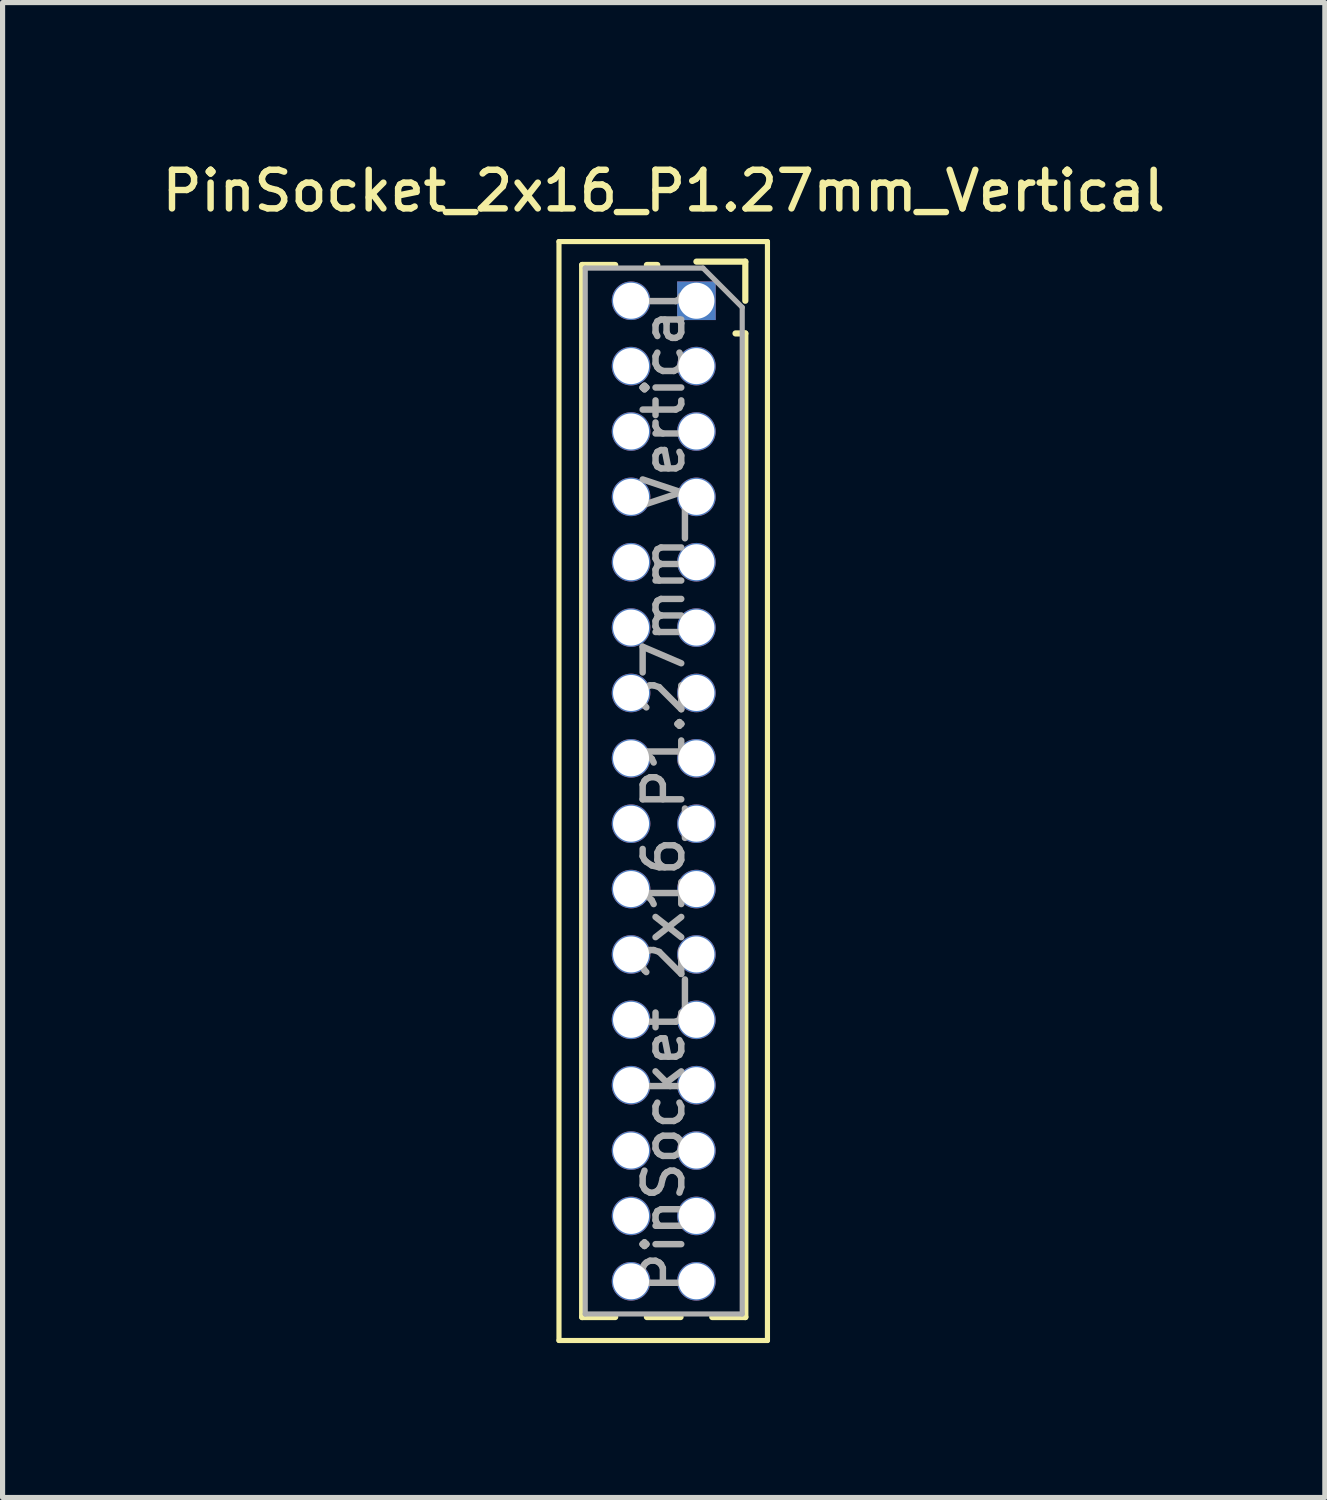
<source format=kicad_pcb>
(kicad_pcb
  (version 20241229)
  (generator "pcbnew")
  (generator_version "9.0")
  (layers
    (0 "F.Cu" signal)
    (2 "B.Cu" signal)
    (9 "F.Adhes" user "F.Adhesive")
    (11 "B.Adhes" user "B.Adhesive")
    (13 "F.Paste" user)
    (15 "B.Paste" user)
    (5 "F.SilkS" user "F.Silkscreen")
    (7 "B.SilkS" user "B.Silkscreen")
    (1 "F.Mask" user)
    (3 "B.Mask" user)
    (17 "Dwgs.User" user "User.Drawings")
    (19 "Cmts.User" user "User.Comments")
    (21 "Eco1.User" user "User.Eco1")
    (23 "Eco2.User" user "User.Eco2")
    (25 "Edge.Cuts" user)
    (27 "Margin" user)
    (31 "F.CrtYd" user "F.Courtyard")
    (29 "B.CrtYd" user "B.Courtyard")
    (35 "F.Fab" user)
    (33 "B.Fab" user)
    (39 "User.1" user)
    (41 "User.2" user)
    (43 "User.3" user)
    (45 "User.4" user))
  (footprint "PinSocket_2x16_P1.27mm_Vertical"
    (layer "F.Cu")
    (at 10.48 2.793)
    (property "Reference" "PinSocket_2x16_P1.27mm_Vertical" (at -0.635 -2.135 0) (layer "F.SilkS") (effects (font (size 0.75 0.75) (thickness 0.125))))
    (attr through_hole)
    (fp_line (start -2.67 -1.15) (end 1.38 -1.15) (stroke (width 0.1) (type solid)) (layer "F.SilkS"))
    (fp_line (start -2.67 20.2) (end -2.67 -1.15) (stroke (width 0.1) (type solid)) (layer "F.SilkS"))
    (fp_line (start -2.22 -0.695) (end -2.22 19.745) (stroke (width 0.12) (type solid)) (layer "F.SilkS"))
    (fp_line (start -2.22 -0.695) (end -1.578 -0.695) (stroke (width 0.12) (type solid)) (layer "F.SilkS"))
    (fp_line (start -2.22 19.745) (end -1.578 19.745) (stroke (width 0.12) (type solid)) (layer "F.SilkS"))
    (fp_line (start -0.962 -0.695) (end -0.76 -0.695) (stroke (width 0.12) (type solid)) (layer "F.SilkS"))
    (fp_line (start -0.962 19.745) (end -0.308 19.745) (stroke (width 0.12) (type solid)) (layer "F.SilkS"))
    (fp_line (start 0 -0.76) (end 0.95 -0.76) (stroke (width 0.12) (type solid)) (layer "F.SilkS"))
    (fp_line (start 0.308 19.745) (end 0.95 19.745) (stroke (width 0.12) (type solid)) (layer "F.SilkS"))
    (fp_line (start 0.76 0.635) (end 0.95 0.635) (stroke (width 0.12) (type solid)) (layer "F.SilkS"))
    (fp_line (start 0.95 -0.76) (end 0.95 0) (stroke (width 0.12) (type solid)) (layer "F.SilkS"))
    (fp_line (start 0.95 0.635) (end 0.95 19.745) (stroke (width 0.12) (type solid)) (layer "F.SilkS"))
    (fp_line (start 1.38 -1.15) (end 1.38 20.2) (stroke (width 0.1) (type solid)) (layer "F.SilkS"))
    (fp_line (start 1.38 20.2) (end -2.67 20.2) (stroke (width 0.1) (type solid)) (layer "F.SilkS"))
    (fp_line (start -2.16 -0.635) (end 0.128 -0.635) (stroke (width 0.1) (type solid)) (layer "F.Fab"))
    (fp_line (start -2.16 19.685) (end -2.16 -0.635) (stroke (width 0.1) (type solid)) (layer "F.Fab"))
    (fp_line (start 0.128 -0.635) (end 0.89 0.128) (stroke (width 0.1) (type solid)) (layer "F.Fab"))
    (fp_line (start 0.89 0.128) (end 0.89 19.685) (stroke (width 0.1) (type solid)) (layer "F.Fab"))
    (fp_line (start 0.89 19.685) (end -2.16 19.685) (stroke (width 0.1) (type solid)) (layer "F.Fab"))
    (fp_text user "${REFERENCE}" (at -0.635 9.525 90) (layer "F.Fab") (effects (font (size 0.75 0.75) (thickness 0.125))))
    (pad "1" thru_hole rect (at 0 0) (size 0.75 0.75) (drill 0.7) (layers "*.Cu" "*.Mask"))
    (pad "2" thru_hole oval (at -1.27 0) (size 0.75 0.75) (drill 0.7) (layers "*.Cu" "*.Mask"))
    (pad "3" thru_hole oval (at 0 1.27) (size 0.75 0.75) (drill 0.7) (layers "*.Cu" "*.Mask"))
    (pad "4" thru_hole oval (at -1.27 1.27) (size 0.75 0.75) (drill 0.7) (layers "*.Cu" "*.Mask"))
    (pad "5" thru_hole oval (at 0 2.54) (size 0.75 0.75) (drill 0.7) (layers "*.Cu" "*.Mask"))
    (pad "6" thru_hole oval (at -1.27 2.54) (size 0.75 0.75) (drill 0.7) (layers "*.Cu" "*.Mask"))
    (pad "7" thru_hole oval (at 0 3.81) (size 0.75 0.75) (drill 0.7) (layers "*.Cu" "*.Mask"))
    (pad "8" thru_hole oval (at -1.27 3.81) (size 0.75 0.75) (drill 0.7) (layers "*.Cu" "*.Mask"))
    (pad "9" thru_hole oval (at 0 5.08) (size 0.75 0.75) (drill 0.7) (layers "*.Cu" "*.Mask"))
    (pad "10" thru_hole oval (at -1.27 5.08) (size 0.75 0.75) (drill 0.7) (layers "*.Cu" "*.Mask"))
    (pad "11" thru_hole oval (at 0 6.35) (size 0.75 0.75) (drill 0.7) (layers "*.Cu" "*.Mask"))
    (pad "12" thru_hole oval (at -1.27 6.35) (size 0.75 0.75) (drill 0.7) (layers "*.Cu" "*.Mask"))
    (pad "13" thru_hole oval (at 0 7.62) (size 0.75 0.75) (drill 0.7) (layers "*.Cu" "*.Mask"))
    (pad "14" thru_hole oval (at -1.27 7.62) (size 0.75 0.75) (drill 0.7) (layers "*.Cu" "*.Mask"))
    (pad "15" thru_hole oval (at 0 8.89) (size 0.75 0.75) (drill 0.7) (layers "*.Cu" "*.Mask"))
    (pad "16" thru_hole oval (at -1.27 8.89) (size 0.75 0.75) (drill 0.7) (layers "*.Cu" "*.Mask"))
    (pad "17" thru_hole oval (at 0 10.16) (size 0.75 0.75) (drill 0.7) (layers "*.Cu" "*.Mask"))
    (pad "18" thru_hole oval (at -1.27 10.16) (size 0.75 0.75) (drill 0.7) (layers "*.Cu" "*.Mask"))
    (pad "19" thru_hole oval (at 0 11.43) (size 0.75 0.75) (drill 0.7) (layers "*.Cu" "*.Mask"))
    (pad "20" thru_hole oval (at -1.27 11.43) (size 0.75 0.75) (drill 0.7) (layers "*.Cu" "*.Mask"))
    (pad "21" thru_hole oval (at 0 12.7) (size 0.75 0.75) (drill 0.7) (layers "*.Cu" "*.Mask"))
    (pad "22" thru_hole oval (at -1.27 12.7) (size 0.75 0.75) (drill 0.7) (layers "*.Cu" "*.Mask"))
    (pad "23" thru_hole oval (at 0 13.97) (size 0.75 0.75) (drill 0.7) (layers "*.Cu" "*.Mask"))
    (pad "24" thru_hole oval (at -1.27 13.97) (size 0.75 0.75) (drill 0.7) (layers "*.Cu" "*.Mask"))
    (pad "25" thru_hole oval (at 0 15.24) (size 0.75 0.75) (drill 0.7) (layers "*.Cu" "*.Mask"))
    (pad "26" thru_hole oval (at -1.27 15.24) (size 0.75 0.75) (drill 0.7) (layers "*.Cu" "*.Mask"))
    (pad "27" thru_hole oval (at 0 16.51) (size 0.75 0.75) (drill 0.7) (layers "*.Cu" "*.Mask"))
    (pad "28" thru_hole oval (at -1.27 16.51) (size 0.75 0.75) (drill 0.7) (layers "*.Cu" "*.Mask"))
    (pad "29" thru_hole oval (at 0 17.78) (size 0.75 0.75) (drill 0.7) (layers "*.Cu" "*.Mask"))
    (pad "30" thru_hole oval (at -1.27 17.78) (size 0.75 0.75) (drill 0.7) (layers "*.Cu" "*.Mask"))
    (pad "31" thru_hole oval (at 0 19.05) (size 0.75 0.75) (drill 0.7) (layers "*.Cu" "*.Mask"))
    (pad "32" thru_hole oval (at -1.27 19.05) (size 0.75 0.75) (drill 0.7) (layers "*.Cu" "*.Mask")))
  (gr_rect
    (start -3 -3)
    (end 22.689 26.043)
    (stroke (width 0.1) (type default))
    (fill no)
    (layer "Edge.Cuts")))
</source>
